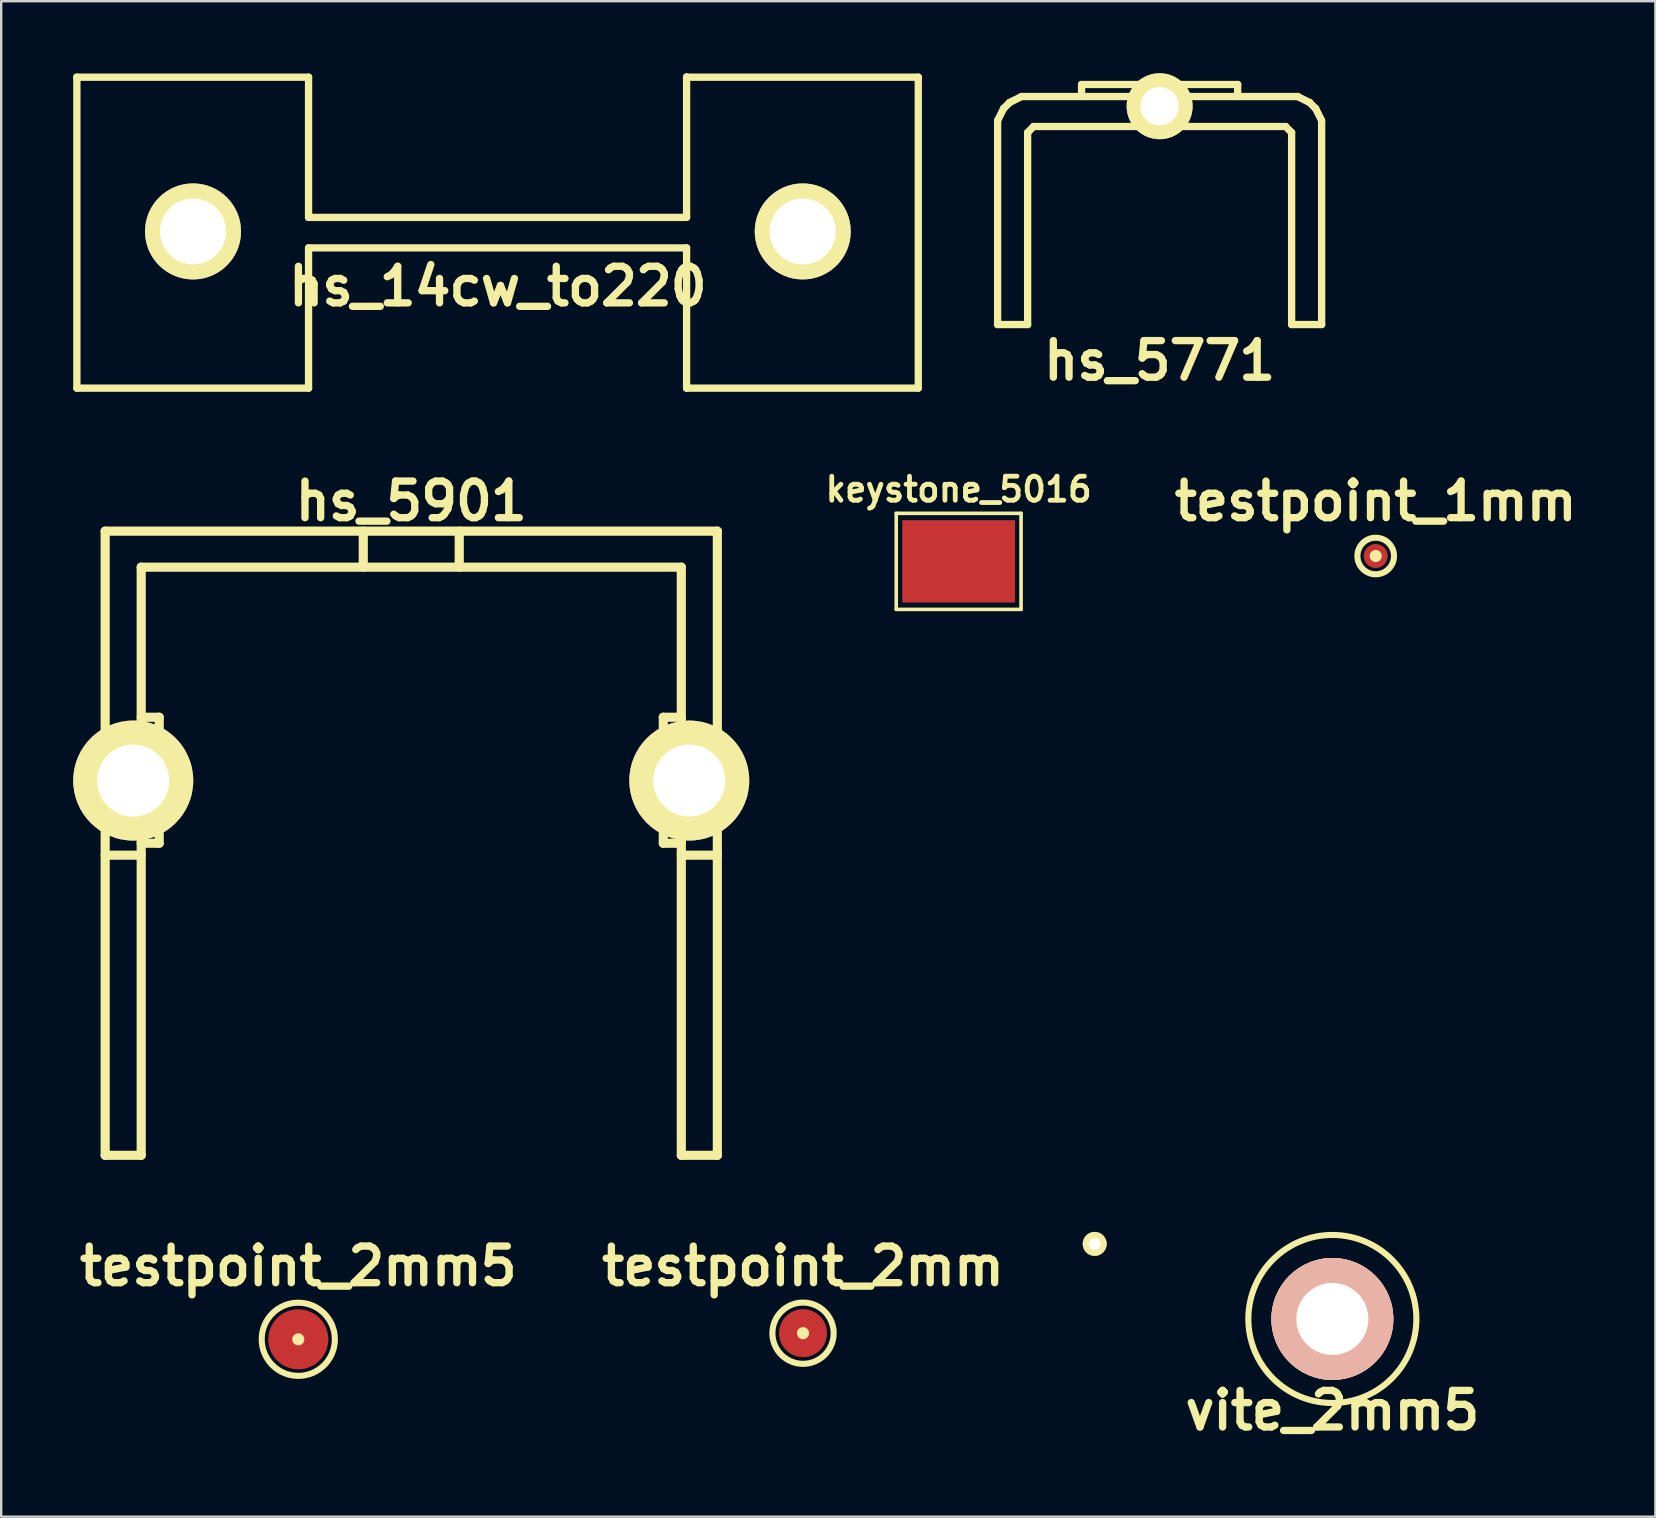
<source format=kicad_pcb>
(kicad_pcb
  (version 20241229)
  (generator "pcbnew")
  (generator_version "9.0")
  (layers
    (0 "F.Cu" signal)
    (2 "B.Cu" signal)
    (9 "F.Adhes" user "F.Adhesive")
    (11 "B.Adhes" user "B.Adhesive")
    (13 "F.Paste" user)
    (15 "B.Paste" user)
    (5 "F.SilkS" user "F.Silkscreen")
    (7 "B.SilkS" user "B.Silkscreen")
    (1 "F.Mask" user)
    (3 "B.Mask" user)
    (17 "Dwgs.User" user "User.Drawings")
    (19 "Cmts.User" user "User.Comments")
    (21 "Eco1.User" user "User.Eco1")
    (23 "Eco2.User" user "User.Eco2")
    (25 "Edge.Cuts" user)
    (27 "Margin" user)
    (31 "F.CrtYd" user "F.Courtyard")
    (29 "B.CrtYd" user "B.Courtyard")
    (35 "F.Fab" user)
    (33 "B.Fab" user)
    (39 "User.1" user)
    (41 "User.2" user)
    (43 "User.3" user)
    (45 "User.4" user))
  (footprint "testpoint_1mm"
    (layer "F.Cu")
    (at 54.26 20.112)
    (property "Reference" "testpoint_1mm" (at 0 -2.286 0) (layer "F.SilkS") (effects (font (size 1.524 1.524) (thickness 0.305))))
    (attr exclude_from_pos_files exclude_from_bom)
    (fp_circle (center 0 0) (end 0.127 0) (stroke (width 0.254) (type solid)) (fill no) (layer "F.SilkS"))
    (fp_circle (center 0 0) (end 0.762 0) (stroke (width 0.254) (type solid)) (fill no) (layer "F.SilkS"))
    (pad "1" smd circle (at 0 0) (size 1.001 1.001) (layers "F.Cu" "F.Mask" "F.Paste")))
  (footprint "testpoint_2mm5"
    (layer "F.Cu")
    (at 9.376 52.743)
    (property "Reference" "testpoint_2mm5" (at 0 -3.048 0) (layer "F.SilkS") (effects (font (size 1.524 1.524) (thickness 0.305))))
    (attr exclude_from_pos_files exclude_from_bom)
    (fp_circle (center 0 0) (end 0.127 0) (stroke (width 0.254) (type solid)) (fill no) (layer "F.SilkS"))
    (fp_circle (center 0 0) (end 1.524 0) (stroke (width 0.254) (type solid)) (fill no) (layer "F.SilkS"))
    (pad "1" smd circle (at 0 0) (size 2.502 2.502) (layers "F.Cu" "F.Mask" "F.Paste")))
  (footprint "keystone_5016"
    (layer "F.Cu")
    (at 36.886 20.336)
    (property "Reference" "keystone_5016" (at 0 -3 0) (layer "F.SilkS") (effects (font (size 1 1) (thickness 0.2))))
    (attr smd)
    (fp_line (start -2.6 -2) (end 2.6 -2) (stroke (width 0.15) (type solid)) (layer "F.SilkS"))
    (fp_line (start -2.6 2) (end -2.6 -2) (stroke (width 0.15) (type solid)) (layer "F.SilkS"))
    (fp_line (start 2.6 -2) (end 2.6 2) (stroke (width 0.15) (type solid)) (layer "F.SilkS"))
    (fp_line (start 2.6 2) (end -2.6 2) (stroke (width 0.15) (type solid)) (layer "F.SilkS"))
    (pad "1" smd rect (at 0 0) (size 4.7 3.43) (layers "F.Cu" "F.Mask" "F.Paste")))
  (footprint "hs_5901"
    (layer "F.Cu")
    (at 14.082 20.577)
    (property "Reference" "hs_5901" (at 0 -2.751 0) (layer "F.SilkS") (effects (font (size 1.524 1.524) (thickness 0.305))))
    (attr through_hole)
    (fp_line (start -12.751 -1.501) (end -12.751 24.501) (stroke (width 0.381) (type solid)) (layer "F.SilkS"))
    (fp_line (start -12.751 11.999) (end -11.25 11.999) (stroke (width 0.381) (type solid)) (layer "F.SilkS"))
    (fp_line (start -11.25 6.251) (end -10.5 6.251) (stroke (width 0.381) (type solid)) (layer "F.SilkS"))
    (fp_line (start -11.25 24.501) (end -12.751 24.501) (stroke (width 0.381) (type solid)) (layer "F.SilkS"))
    (fp_line (start -11.25 24.501) (end -11.25 0) (stroke (width 0.381) (type solid)) (layer "F.SilkS"))
    (fp_line (start -10.5 6.251) (end -10.5 11.501) (stroke (width 0.381) (type solid)) (layer "F.SilkS"))
    (fp_line (start -10.5 11.501) (end -11.25 11.501) (stroke (width 0.381) (type solid)) (layer "F.SilkS"))
    (fp_line (start -1.999 0) (end -1.999 -1.501) (stroke (width 0.381) (type solid)) (layer "F.SilkS"))
    (fp_line (start 1.999 -1.501) (end 1.999 0) (stroke (width 0.381) (type solid)) (layer "F.SilkS"))
    (fp_line (start 10.5 6.251) (end 11.25 6.251) (stroke (width 0.381) (type solid)) (layer "F.SilkS"))
    (fp_line (start 10.5 11.501) (end 10.5 6.251) (stroke (width 0.381) (type solid)) (layer "F.SilkS"))
    (fp_line (start 11.25 0) (end -11.25 0) (stroke (width 0.381) (type solid)) (layer "F.SilkS"))
    (fp_line (start 11.25 0) (end 11.25 24.501) (stroke (width 0.381) (type solid)) (layer "F.SilkS"))
    (fp_line (start 11.25 11.501) (end 10.5 11.501) (stroke (width 0.381) (type solid)) (layer "F.SilkS"))
    (fp_line (start 11.25 11.999) (end 12.751 11.999) (stroke (width 0.381) (type solid)) (layer "F.SilkS"))
    (fp_line (start 12.751 -1.501) (end -12.751 -1.501) (stroke (width 0.381) (type solid)) (layer "F.SilkS"))
    (fp_line (start 12.751 24.501) (end 11.25 24.501) (stroke (width 0.381) (type solid)) (layer "F.SilkS"))
    (fp_line (start 12.751 24.501) (end 12.751 -1.501) (stroke (width 0.381) (type solid)) (layer "F.SilkS"))
    (pad "" thru_hole circle (at -11.582 8.89) (size 4.999 4.999) (drill 3) (layers "*.Cu" "*.Mask" "F.SilkS"))
    (pad "" thru_hole circle (at 11.582 8.89) (size 4.996 4.996) (drill 2.997) (layers "*.Cu" "*.Mask" "F.SilkS")))
  (footprint "vite_2mm5"
    (layer "F.Cu")
    (at 52.454 51.896)
    (property "Reference" "vite_2mm5" (at 0 3.81 0) (layer "F.SilkS") (effects (font (size 1.524 1.524) (thickness 0.305))))
    (attr exclude_from_pos_files exclude_from_bom)
    (fp_circle (center 0 0) (end -3.5 0) (stroke (width 0.254) (type solid)) (fill no) (layer "F.SilkS"))
    (pad "1" thru_hole circle (at 0 0) (size 5.08 5.08) (drill 3) (layers "*.Cu" "*.SilkS" "*.Mask")))
  (footprint "testpoint_2mm"
    (layer "F.Cu")
    (at 30.403 52.489)
    (property "Reference" "testpoint_2mm" (at 0 -2.794 0) (layer "F.SilkS") (effects (font (size 1.524 1.524) (thickness 0.305))))
    (attr exclude_from_pos_files exclude_from_bom)
    (fp_circle (center 0 0) (end 0.127 0) (stroke (width 0.254) (type solid)) (fill no) (layer "F.SilkS"))
    (fp_circle (center 0 0) (end 1.27 0.127) (stroke (width 0.254) (type solid)) (fill no) (layer "F.SilkS"))
    (pad "1" smd circle (at 0 0) (size 1.999 1.999) (layers "F.Cu" "F.Mask" "F.Paste")))
  (footprint "hs_5771"
    (layer "F.Cu")
    (at 45.258 2.223)
    (property "Reference" "hs_5771" (at 0 9.751 0) (layer "F.SilkS") (effects (font (size 1.524 1.524) (thickness 0.305))))
    (attr through_hole)
    (fp_line (start -6.749 -0.251) (end -6.749 8.247) (stroke (width 0.305) (type solid)) (layer "F.SilkS"))
    (fp_line (start -6.749 -0.251) (end -6.5 -0.752) (stroke (width 0.305) (type solid)) (layer "F.SilkS"))
    (fp_line (start -6.5 -0.752) (end -6.251 -1.001) (stroke (width 0.305) (type solid)) (layer "F.SilkS"))
    (fp_line (start -6.251 -1.001) (end -5.751 -1.252) (stroke (width 0.305) (type solid)) (layer "F.SilkS"))
    (fp_line (start -5.499 0.249) (end -5.25 -0.003) (stroke (width 0.305) (type solid)) (layer "F.SilkS"))
    (fp_line (start -5.499 8.247) (end -6.749 8.247) (stroke (width 0.305) (type solid)) (layer "F.SilkS"))
    (fp_line (start -5.499 8.247) (end -5.499 0.249) (stroke (width 0.305) (type solid)) (layer "F.SilkS"))
    (fp_line (start -5.25 -0.003) (end 5.25 -0.003) (stroke (width 0.305) (type solid)) (layer "F.SilkS"))
    (fp_line (start -3.251 -1.753) (end 3.251 -1.753) (stroke (width 0.305) (type solid)) (layer "F.SilkS"))
    (fp_line (start -3.251 -1.252) (end -3.251 -1.753) (stroke (width 0.305) (type solid)) (layer "F.SilkS"))
    (fp_line (start 3.251 -1.753) (end 3.251 -1.252) (stroke (width 0.305) (type solid)) (layer "F.SilkS"))
    (fp_line (start 5.25 -0.003) (end 5.499 0.249) (stroke (width 0.305) (type solid)) (layer "F.SilkS"))
    (fp_line (start 5.499 8.247) (end 5.499 0.249) (stroke (width 0.305) (type solid)) (layer "F.SilkS"))
    (fp_line (start 5.751 -1.252) (end -5.751 -1.252) (stroke (width 0.305) (type solid)) (layer "F.SilkS"))
    (fp_line (start 5.751 -1.252) (end 6.251 -1.001) (stroke (width 0.305) (type solid)) (layer "F.SilkS"))
    (fp_line (start 6.251 -1.001) (end 6.5 -0.752) (stroke (width 0.305) (type solid)) (layer "F.SilkS"))
    (fp_line (start 6.5 -0.752) (end 6.749 -0.251) (stroke (width 0.305) (type solid)) (layer "F.SilkS"))
    (fp_line (start 6.749 -0.251) (end 6.749 8.247) (stroke (width 0.305) (type solid)) (layer "F.SilkS"))
    (fp_line (start 6.749 8.247) (end 5.499 8.247) (stroke (width 0.305) (type solid)) (layer "F.SilkS"))
    (pad "" thru_hole circle (at 0 -0.848) (size 2.748 2.748) (drill 1.598) (layers "*.Cu" "*.Mask" "F.SilkS")))
  (footprint "via_1mm"
    (layer "F.Cu")
    (at 42.553 48.769)
    (property "Reference" "via_1mm" (at 0 0 0) (layer "F.SilkS") (effects (font (size 0.127 0.127) (thickness 0.003))))
    (attr exclude_from_pos_files exclude_from_bom)
    (pad "1" thru_hole circle (at 0 0) (size 1 1) (drill 0.5) (layers "*.Cu" "*.Mask" "F.SilkS")))
  (footprint "hs_14cw_to220"
    (layer "F.Cu")
    (at 17.691 6.591)
    (property "Reference" "hs_14cw_to220" (at 0 2.286 0) (layer "F.SilkS") (effects (font (size 1.524 1.524) (thickness 0.305))))
    (attr through_hole)
    (fp_line (start -17.539 -6.426) (end -17.539 6.528) (stroke (width 0.305) (type solid)) (layer "F.SilkS"))
    (fp_line (start -17.539 6.528) (end -7.887 6.528) (stroke (width 0.305) (type solid)) (layer "F.SilkS"))
    (fp_line (start -7.887 -6.426) (end -17.539 -6.426) (stroke (width 0.305) (type solid)) (layer "F.SilkS"))
    (fp_line (start -7.887 -6.426) (end -7.887 -0.584) (stroke (width 0.305) (type solid)) (layer "F.SilkS"))
    (fp_line (start -7.887 0.686) (end -7.887 6.528) (stroke (width 0.305) (type solid)) (layer "F.SilkS"))
    (fp_line (start -7.887 0.686) (end 7.861 0.686) (stroke (width 0.305) (type solid)) (layer "F.SilkS"))
    (fp_line (start 7.861 -6.439) (end 7.861 -0.597) (stroke (width 0.305) (type solid)) (layer "F.SilkS"))
    (fp_line (start 7.861 -0.584) (end -7.887 -0.584) (stroke (width 0.305) (type solid)) (layer "F.SilkS"))
    (fp_line (start 7.861 6.528) (end 7.861 0.686) (stroke (width 0.305) (type solid)) (layer "F.SilkS"))
    (fp_line (start 7.861 6.528) (end 17.513 6.528) (stroke (width 0.305) (type solid)) (layer "F.SilkS"))
    (fp_line (start 17.513 -6.426) (end 7.861 -6.426) (stroke (width 0.305) (type solid)) (layer "F.SilkS"))
    (fp_line (start 17.513 -6.426) (end 17.513 6.528) (stroke (width 0.305) (type solid)) (layer "F.SilkS"))
    (pad "" thru_hole circle (at -12.7 0) (size 4 4) (drill 2.748) (layers "*.Cu" "*.Mask" "F.SilkS"))
    (pad "" thru_hole circle (at 12.7 0) (size 4 4) (drill 2.748) (layers "*.Cu" "*.Mask" "F.SilkS")))
  (gr_rect
    (start -3 -3)
    (end 65.911 60.132)
    (stroke (width 0.1) (type default))
    (fill no)
    (layer "Edge.Cuts")))
</source>
